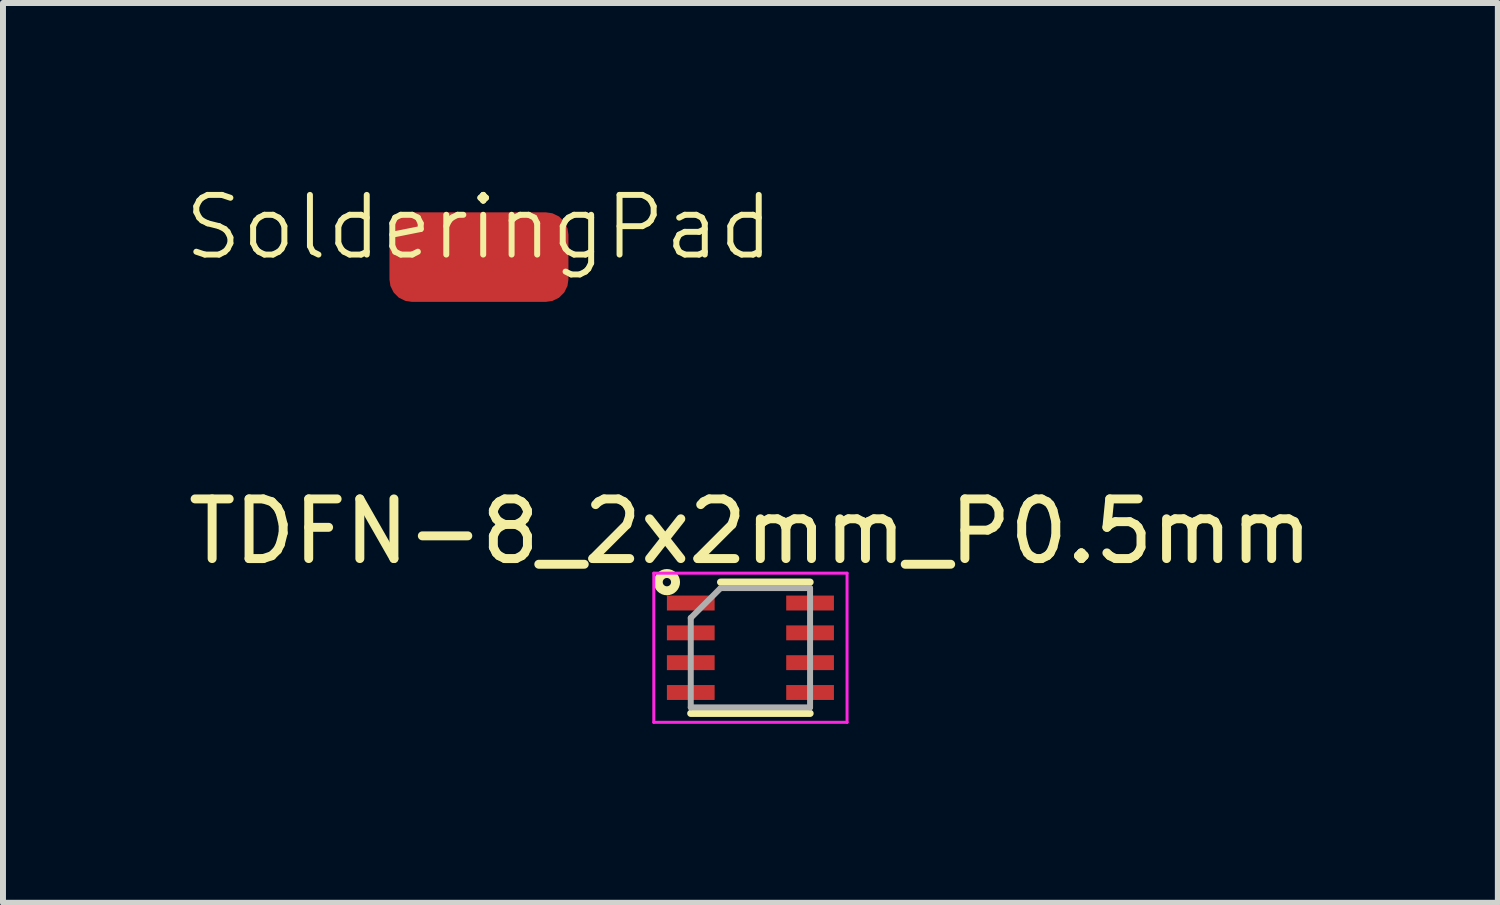
<source format=kicad_pcb>
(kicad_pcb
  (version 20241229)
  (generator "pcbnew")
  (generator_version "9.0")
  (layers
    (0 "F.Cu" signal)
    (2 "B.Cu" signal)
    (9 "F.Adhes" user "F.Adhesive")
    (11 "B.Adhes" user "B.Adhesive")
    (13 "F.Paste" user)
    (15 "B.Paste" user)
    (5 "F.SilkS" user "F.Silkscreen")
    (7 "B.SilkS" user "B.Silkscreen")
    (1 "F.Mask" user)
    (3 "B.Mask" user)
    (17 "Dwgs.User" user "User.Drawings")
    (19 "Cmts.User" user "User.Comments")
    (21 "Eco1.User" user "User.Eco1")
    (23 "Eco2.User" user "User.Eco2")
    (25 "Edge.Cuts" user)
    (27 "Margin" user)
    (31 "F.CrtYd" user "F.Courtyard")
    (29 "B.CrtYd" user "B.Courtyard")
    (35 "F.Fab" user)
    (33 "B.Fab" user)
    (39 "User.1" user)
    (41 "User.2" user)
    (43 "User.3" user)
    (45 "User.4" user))
  (footprint "TDFN-8_2x2mm_P0.5mm"
    (layer "F.Cu")
    (at 9.53 7.809)
    (property "Reference" "TDFN-8_2x2mm_P0.5mm" (at 0 -1.95 0) (layer "F.SilkS") (effects (font (size 1 1) (thickness 0.15))))
    (attr smd)
    (fp_line (start -1 1.1) (end 1 1.1) (stroke (width 0.12) (type solid)) (layer "F.SilkS"))
    (fp_line (start -0.5 -1.1) (end 1 -1.1) (stroke (width 0.12) (type solid)) (layer "F.SilkS"))
    (fp_circle (center -1.4 -1.1) (end -1.33 -1.1) (stroke (width 0.15) (type solid)) (fill no) (layer "F.SilkS"))
    (fp_line (start -1.62 -1.25) (end -1.62 1.25) (stroke (width 0.05) (type solid)) (layer "F.CrtYd"))
    (fp_line (start -1.62 1.25) (end 1.62 1.25) (stroke (width 0.05) (type solid)) (layer "F.CrtYd"))
    (fp_line (start 1.62 -1.25) (end -1.62 -1.25) (stroke (width 0.05) (type solid)) (layer "F.CrtYd"))
    (fp_line (start 1.62 1.25) (end 1.62 -1.25) (stroke (width 0.05) (type solid)) (layer "F.CrtYd"))
    (fp_line (start -1 -0.5) (end -0.5 -1) (stroke (width 0.1) (type solid)) (layer "F.Fab"))
    (fp_line (start -1 1) (end -1 -0.5) (stroke (width 0.1) (type solid)) (layer "F.Fab"))
    (fp_line (start -0.5 -1) (end 1 -1) (stroke (width 0.1) (type solid)) (layer "F.Fab"))
    (fp_line (start 1 -1) (end 1 1) (stroke (width 0.1) (type solid)) (layer "F.Fab"))
    (fp_line (start 1 1) (end -1 1) (stroke (width 0.1) (type solid)) (layer "F.Fab"))
    (pad "1" smd rect (at -1 -0.75) (size 0.8 0.25) (layers "F.Cu" "F.Mask" "F.Paste"))
    (pad "2" smd rect (at -1 -0.25) (size 0.8 0.25) (layers "F.Cu" "F.Mask" "F.Paste"))
    (pad "3" smd rect (at -1 0.25) (size 0.8 0.25) (layers "F.Cu" "F.Mask" "F.Paste"))
    (pad "4" smd rect (at -1 0.75) (size 0.8 0.25) (layers "F.Cu" "F.Mask" "F.Paste"))
    (pad "5" smd rect (at 1 0.75) (size 0.8 0.25) (layers "F.Cu" "F.Mask" "F.Paste"))
    (pad "6" smd rect (at 1 0.25) (size 0.8 0.25) (layers "F.Cu" "F.Mask" "F.Paste"))
    (pad "7" smd rect (at 1 -0.25) (size 0.8 0.25) (layers "F.Cu" "F.Mask" "F.Paste"))
    (pad "8" smd rect (at 1 -0.75) (size 0.8 0.25) (layers "F.Cu" "F.Mask" "F.Paste")))
  (footprint "SolderingPad"
    (layer "F.Cu")
    (at 4.979 1.26)
    (property "Reference" "SolderingPad" (at 0 -0.5 0) (unlocked yes) (layer "F.SilkS") (effects (font (size 1 1) (thickness 0.1))))
    (attr smd)
    (pad "1" smd roundrect (at 0 0) (size 3 1.5) (layers "F.Cu" "F.Mask" "F.Paste") (roundrect_rratio 0.25)))
  (gr_rect
    (start -3 -3)
    (end 22.06 12.084)
    (stroke (width 0.1) (type default))
    (fill no)
    (layer "Edge.Cuts")))
</source>
